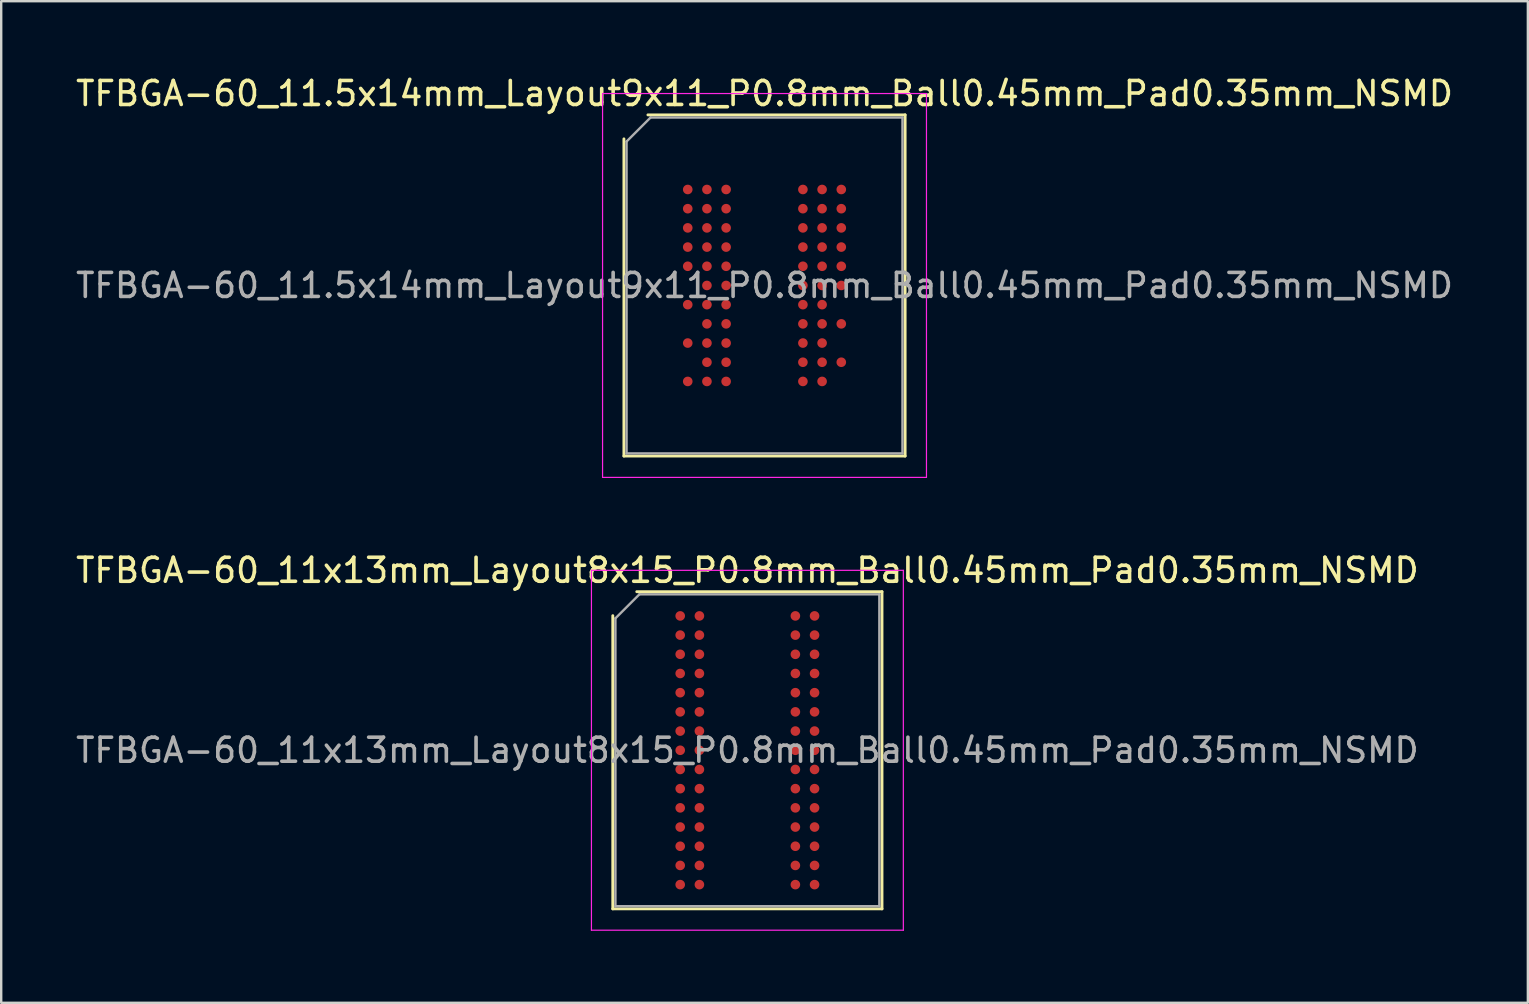
<source format=kicad_pcb>
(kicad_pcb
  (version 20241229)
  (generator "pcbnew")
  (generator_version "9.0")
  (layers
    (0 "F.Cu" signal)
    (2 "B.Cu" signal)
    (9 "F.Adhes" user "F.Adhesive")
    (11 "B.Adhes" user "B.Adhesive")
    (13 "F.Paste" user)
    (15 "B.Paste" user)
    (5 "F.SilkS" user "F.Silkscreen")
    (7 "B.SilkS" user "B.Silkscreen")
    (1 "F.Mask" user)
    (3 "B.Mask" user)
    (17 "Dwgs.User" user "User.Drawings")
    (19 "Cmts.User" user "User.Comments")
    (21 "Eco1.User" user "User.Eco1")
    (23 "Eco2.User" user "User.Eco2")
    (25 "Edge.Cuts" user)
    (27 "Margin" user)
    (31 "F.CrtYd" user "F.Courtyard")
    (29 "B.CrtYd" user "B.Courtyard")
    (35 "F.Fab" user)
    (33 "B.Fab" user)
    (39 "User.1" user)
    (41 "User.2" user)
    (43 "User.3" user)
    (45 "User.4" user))
  (footprint "TFBGA-60_11x13mm_Layout8x15_P0.8mm_Ball0.45mm_Pad0.35mm_NSMD"
    (layer "F.Cu")
    (at 28.101 28.221)
    (property "Reference" "TFBGA-60_11x13mm_Layout8x15_P0.8mm_Ball0.45mm_Pad0.35mm_NSMD" (at 0 -7.5 0) (layer "F.SilkS") (effects (font (size 1 1) (thickness 0.15))))
    (attr smd)
    (fp_line (start -5.61 6.61) (end -5.61 -5.61) (stroke (width 0.12) (type solid)) (layer "F.SilkS"))
    (fp_line (start -4.61 -6.61) (end 5.61 -6.61) (stroke (width 0.12) (type solid)) (layer "F.SilkS"))
    (fp_line (start 5.61 -6.61) (end 5.61 6.61) (stroke (width 0.12) (type solid)) (layer "F.SilkS"))
    (fp_line (start 5.61 6.61) (end -5.61 6.61) (stroke (width 0.12) (type solid)) (layer "F.SilkS"))
    (fp_line (start -6.5 -7.5) (end -6.5 7.5) (stroke (width 0.05) (type solid)) (layer "F.CrtYd"))
    (fp_line (start -6.5 7.5) (end 6.5 7.5) (stroke (width 0.05) (type solid)) (layer "F.CrtYd"))
    (fp_line (start 6.5 -7.5) (end -6.5 -7.5) (stroke (width 0.05) (type solid)) (layer "F.CrtYd"))
    (fp_line (start 6.5 7.5) (end 6.5 -7.5) (stroke (width 0.05) (type solid)) (layer "F.CrtYd"))
    (fp_line (start -5.5 -5.5) (end -4.5 -6.5) (stroke (width 0.1) (type solid)) (layer "F.Fab"))
    (fp_line (start -5.5 6.5) (end -5.5 -5.5) (stroke (width 0.1) (type solid)) (layer "F.Fab"))
    (fp_line (start -4.5 -6.5) (end 5.5 -6.5) (stroke (width 0.1) (type solid)) (layer "F.Fab"))
    (fp_line (start 5.5 -6.5) (end 5.5 6.5) (stroke (width 0.1) (type solid)) (layer "F.Fab"))
    (fp_line (start 5.5 6.5) (end -5.5 6.5) (stroke (width 0.1) (type solid)) (layer "F.Fab"))
    (fp_text user "${REFERENCE}" (at 0 0 0) (layer "F.Fab") (effects (font (size 1 1) (thickness 0.15))))
    (pad "A1" smd circle (at -2.8 -5.6) (size 0.4 0.4) (layers "F.Cu" "F.Mask" "F.Paste"))
    (pad "A2" smd circle (at -2 -5.6) (size 0.4 0.4) (layers "F.Cu" "F.Mask" "F.Paste"))
    (pad "A7" smd circle (at 2 -5.6) (size 0.4 0.4) (layers "F.Cu" "F.Mask" "F.Paste"))
    (pad "A8" smd circle (at 2.8 -5.6) (size 0.4 0.4) (layers "F.Cu" "F.Mask" "F.Paste"))
    (pad "B1" smd circle (at -2.8 -4.8) (size 0.4 0.4) (layers "F.Cu" "F.Mask" "F.Paste"))
    (pad "B2" smd circle (at -2 -4.8) (size 0.4 0.4) (layers "F.Cu" "F.Mask" "F.Paste"))
    (pad "B7" smd circle (at 2 -4.8) (size 0.4 0.4) (layers "F.Cu" "F.Mask" "F.Paste"))
    (pad "B8" smd circle (at 2.8 -4.8) (size 0.4 0.4) (layers "F.Cu" "F.Mask" "F.Paste"))
    (pad "C1" smd circle (at -2.8 -4) (size 0.4 0.4) (layers "F.Cu" "F.Mask" "F.Paste"))
    (pad "C2" smd circle (at -2 -4) (size 0.4 0.4) (layers "F.Cu" "F.Mask" "F.Paste"))
    (pad "C7" smd circle (at 2 -4) (size 0.4 0.4) (layers "F.Cu" "F.Mask" "F.Paste"))
    (pad "C8" smd circle (at 2.8 -4) (size 0.4 0.4) (layers "F.Cu" "F.Mask" "F.Paste"))
    (pad "D1" smd circle (at -2.8 -3.2) (size 0.4 0.4) (layers "F.Cu" "F.Mask" "F.Paste"))
    (pad "D2" smd circle (at -2 -3.2) (size 0.4 0.4) (layers "F.Cu" "F.Mask" "F.Paste"))
    (pad "D7" smd circle (at 2 -3.2) (size 0.4 0.4) (layers "F.Cu" "F.Mask" "F.Paste"))
    (pad "D8" smd circle (at 2.8 -3.2) (size 0.4 0.4) (layers "F.Cu" "F.Mask" "F.Paste"))
    (pad "E1" smd circle (at -2.8 -2.4) (size 0.4 0.4) (layers "F.Cu" "F.Mask" "F.Paste"))
    (pad "E2" smd circle (at -2 -2.4) (size 0.4 0.4) (layers "F.Cu" "F.Mask" "F.Paste"))
    (pad "E7" smd circle (at 2 -2.4) (size 0.4 0.4) (layers "F.Cu" "F.Mask" "F.Paste"))
    (pad "E8" smd circle (at 2.8 -2.4) (size 0.4 0.4) (layers "F.Cu" "F.Mask" "F.Paste"))
    (pad "F1" smd circle (at -2.8 -1.6) (size 0.4 0.4) (layers "F.Cu" "F.Mask" "F.Paste"))
    (pad "F2" smd circle (at -2 -1.6) (size 0.4 0.4) (layers "F.Cu" "F.Mask" "F.Paste"))
    (pad "F7" smd circle (at 2 -1.6) (size 0.4 0.4) (layers "F.Cu" "F.Mask" "F.Paste"))
    (pad "F8" smd circle (at 2.8 -1.6) (size 0.4 0.4) (layers "F.Cu" "F.Mask" "F.Paste"))
    (pad "G1" smd circle (at -2.8 -0.8) (size 0.4 0.4) (layers "F.Cu" "F.Mask" "F.Paste"))
    (pad "G2" smd circle (at -2 -0.8) (size 0.4 0.4) (layers "F.Cu" "F.Mask" "F.Paste"))
    (pad "G7" smd circle (at 2 -0.8) (size 0.4 0.4) (layers "F.Cu" "F.Mask" "F.Paste"))
    (pad "G8" smd circle (at 2.8 -0.8) (size 0.4 0.4) (layers "F.Cu" "F.Mask" "F.Paste"))
    (pad "H1" smd circle (at -2.8 0) (size 0.4 0.4) (layers "F.Cu" "F.Mask" "F.Paste"))
    (pad "H2" smd circle (at -2 0) (size 0.4 0.4) (layers "F.Cu" "F.Mask" "F.Paste"))
    (pad "H7" smd circle (at 2 0) (size 0.4 0.4) (layers "F.Cu" "F.Mask" "F.Paste"))
    (pad "H8" smd circle (at 2.8 0) (size 0.4 0.4) (layers "F.Cu" "F.Mask" "F.Paste"))
    (pad "J1" smd circle (at -2.8 0.8) (size 0.4 0.4) (layers "F.Cu" "F.Mask" "F.Paste"))
    (pad "J2" smd circle (at -2 0.8) (size 0.4 0.4) (layers "F.Cu" "F.Mask" "F.Paste"))
    (pad "J7" smd circle (at 2 0.8) (size 0.4 0.4) (layers "F.Cu" "F.Mask" "F.Paste"))
    (pad "J8" smd circle (at 2.8 0.8) (size 0.4 0.4) (layers "F.Cu" "F.Mask" "F.Paste"))
    (pad "K1" smd circle (at -2.8 1.6) (size 0.4 0.4) (layers "F.Cu" "F.Mask" "F.Paste"))
    (pad "K2" smd circle (at -2 1.6) (size 0.4 0.4) (layers "F.Cu" "F.Mask" "F.Paste"))
    (pad "K7" smd circle (at 2 1.6) (size 0.4 0.4) (layers "F.Cu" "F.Mask" "F.Paste"))
    (pad "K8" smd circle (at 2.8 1.6) (size 0.4 0.4) (layers "F.Cu" "F.Mask" "F.Paste"))
    (pad "L1" smd circle (at -2.8 2.4) (size 0.4 0.4) (layers "F.Cu" "F.Mask" "F.Paste"))
    (pad "L2" smd circle (at -2 2.4) (size 0.4 0.4) (layers "F.Cu" "F.Mask" "F.Paste"))
    (pad "L7" smd circle (at 2 2.4) (size 0.4 0.4) (layers "F.Cu" "F.Mask" "F.Paste"))
    (pad "L8" smd circle (at 2.8 2.4) (size 0.4 0.4) (layers "F.Cu" "F.Mask" "F.Paste"))
    (pad "M1" smd circle (at -2.8 3.2) (size 0.4 0.4) (layers "F.Cu" "F.Mask" "F.Paste"))
    (pad "M2" smd circle (at -2 3.2) (size 0.4 0.4) (layers "F.Cu" "F.Mask" "F.Paste"))
    (pad "M7" smd circle (at 2 3.2) (size 0.4 0.4) (layers "F.Cu" "F.Mask" "F.Paste"))
    (pad "M8" smd circle (at 2.8 3.2) (size 0.4 0.4) (layers "F.Cu" "F.Mask" "F.Paste"))
    (pad "N1" smd circle (at -2.8 4) (size 0.4 0.4) (layers "F.Cu" "F.Mask" "F.Paste"))
    (pad "N2" smd circle (at -2 4) (size 0.4 0.4) (layers "F.Cu" "F.Mask" "F.Paste"))
    (pad "N7" smd circle (at 2 4) (size 0.4 0.4) (layers "F.Cu" "F.Mask" "F.Paste"))
    (pad "N8" smd circle (at 2.8 4) (size 0.4 0.4) (layers "F.Cu" "F.Mask" "F.Paste"))
    (pad "P1" smd circle (at -2.8 4.8) (size 0.4 0.4) (layers "F.Cu" "F.Mask" "F.Paste"))
    (pad "P2" smd circle (at -2 4.8) (size 0.4 0.4) (layers "F.Cu" "F.Mask" "F.Paste"))
    (pad "P7" smd circle (at 2 4.8) (size 0.4 0.4) (layers "F.Cu" "F.Mask" "F.Paste"))
    (pad "P8" smd circle (at 2.8 4.8) (size 0.4 0.4) (layers "F.Cu" "F.Mask" "F.Paste"))
    (pad "R1" smd circle (at -2.8 5.6) (size 0.4 0.4) (layers "F.Cu" "F.Mask" "F.Paste"))
    (pad "R2" smd circle (at -2 5.6) (size 0.4 0.4) (layers "F.Cu" "F.Mask" "F.Paste"))
    (pad "R7" smd circle (at 2 5.6) (size 0.4 0.4) (layers "F.Cu" "F.Mask" "F.Paste"))
    (pad "R8" smd circle (at 2.8 5.6) (size 0.4 0.4) (layers "F.Cu" "F.Mask" "F.Paste")))
  (footprint "TFBGA-60_11.5x14mm_Layout9x11_P0.8mm_Ball0.45mm_Pad0.35mm_NSMD"
    (layer "F.Cu")
    (at 28.815 8.848)
    (property "Reference" "TFBGA-60_11.5x14mm_Layout9x11_P0.8mm_Ball0.45mm_Pad0.35mm_NSMD" (at 0 -8 0) (layer "F.SilkS") (effects (font (size 1 1) (thickness 0.15))))
    (attr smd)
    (fp_line (start -5.86 7.11) (end -5.86 -6.11) (stroke (width 0.12) (type solid)) (layer "F.SilkS"))
    (fp_line (start -4.86 -7.11) (end 5.86 -7.11) (stroke (width 0.12) (type solid)) (layer "F.SilkS"))
    (fp_line (start 5.86 -7.11) (end 5.86 7.11) (stroke (width 0.12) (type solid)) (layer "F.SilkS"))
    (fp_line (start 5.86 7.11) (end -5.86 7.11) (stroke (width 0.12) (type solid)) (layer "F.SilkS"))
    (fp_line (start -6.75 -8) (end -6.75 8) (stroke (width 0.05) (type solid)) (layer "F.CrtYd"))
    (fp_line (start -6.75 8) (end 6.75 8) (stroke (width 0.05) (type solid)) (layer "F.CrtYd"))
    (fp_line (start 6.75 -8) (end -6.75 -8) (stroke (width 0.05) (type solid)) (layer "F.CrtYd"))
    (fp_line (start 6.75 8) (end 6.75 -8) (stroke (width 0.05) (type solid)) (layer "F.CrtYd"))
    (fp_line (start -5.75 -6) (end -4.75 -7) (stroke (width 0.1) (type solid)) (layer "F.Fab"))
    (fp_line (start -5.75 7) (end -5.75 -6) (stroke (width 0.1) (type solid)) (layer "F.Fab"))
    (fp_line (start -4.75 -7) (end 5.75 -7) (stroke (width 0.1) (type solid)) (layer "F.Fab"))
    (fp_line (start 5.75 -7) (end 5.75 7) (stroke (width 0.1) (type solid)) (layer "F.Fab"))
    (fp_line (start 5.75 7) (end -5.75 7) (stroke (width 0.1) (type solid)) (layer "F.Fab"))
    (fp_text user "${REFERENCE}" (at 0 0 0) (layer "F.Fab") (effects (font (size 1 1) (thickness 0.15))))
    (pad "A1" smd circle (at -3.2 -4) (size 0.4 0.4) (layers "F.Cu" "F.Mask" "F.Paste"))
    (pad "A2" smd circle (at -2.4 -4) (size 0.4 0.4) (layers "F.Cu" "F.Mask" "F.Paste"))
    (pad "A3" smd circle (at -1.6 -4) (size 0.4 0.4) (layers "F.Cu" "F.Mask" "F.Paste"))
    (pad "A7" smd circle (at 1.6 -4) (size 0.4 0.4) (layers "F.Cu" "F.Mask" "F.Paste"))
    (pad "A8" smd circle (at 2.4 -4) (size 0.4 0.4) (layers "F.Cu" "F.Mask" "F.Paste"))
    (pad "A9" smd circle (at 3.2 -4) (size 0.4 0.4) (layers "F.Cu" "F.Mask" "F.Paste"))
    (pad "B1" smd circle (at -3.2 -3.2) (size 0.4 0.4) (layers "F.Cu" "F.Mask" "F.Paste"))
    (pad "B2" smd circle (at -2.4 -3.2) (size 0.4 0.4) (layers "F.Cu" "F.Mask" "F.Paste"))
    (pad "B3" smd circle (at -1.6 -3.2) (size 0.4 0.4) (layers "F.Cu" "F.Mask" "F.Paste"))
    (pad "B7" smd circle (at 1.6 -3.2) (size 0.4 0.4) (layers "F.Cu" "F.Mask" "F.Paste"))
    (pad "B8" smd circle (at 2.4 -3.2) (size 0.4 0.4) (layers "F.Cu" "F.Mask" "F.Paste"))
    (pad "B9" smd circle (at 3.2 -3.2) (size 0.4 0.4) (layers "F.Cu" "F.Mask" "F.Paste"))
    (pad "C1" smd circle (at -3.2 -2.4) (size 0.4 0.4) (layers "F.Cu" "F.Mask" "F.Paste"))
    (pad "C2" smd circle (at -2.4 -2.4) (size 0.4 0.4) (layers "F.Cu" "F.Mask" "F.Paste"))
    (pad "C3" smd circle (at -1.6 -2.4) (size 0.4 0.4) (layers "F.Cu" "F.Mask" "F.Paste"))
    (pad "C7" smd circle (at 1.6 -2.4) (size 0.4 0.4) (layers "F.Cu" "F.Mask" "F.Paste"))
    (pad "C8" smd circle (at 2.4 -2.4) (size 0.4 0.4) (layers "F.Cu" "F.Mask" "F.Paste"))
    (pad "C9" smd circle (at 3.2 -2.4) (size 0.4 0.4) (layers "F.Cu" "F.Mask" "F.Paste"))
    (pad "D1" smd circle (at -3.2 -1.6) (size 0.4 0.4) (layers "F.Cu" "F.Mask" "F.Paste"))
    (pad "D2" smd circle (at -2.4 -1.6) (size 0.4 0.4) (layers "F.Cu" "F.Mask" "F.Paste"))
    (pad "D3" smd circle (at -1.6 -1.6) (size 0.4 0.4) (layers "F.Cu" "F.Mask" "F.Paste"))
    (pad "D7" smd circle (at 1.6 -1.6) (size 0.4 0.4) (layers "F.Cu" "F.Mask" "F.Paste"))
    (pad "D8" smd circle (at 2.4 -1.6) (size 0.4 0.4) (layers "F.Cu" "F.Mask" "F.Paste"))
    (pad "D9" smd circle (at 3.2 -1.6) (size 0.4 0.4) (layers "F.Cu" "F.Mask" "F.Paste"))
    (pad "E1" smd circle (at -3.2 -0.8) (size 0.4 0.4) (layers "F.Cu" "F.Mask" "F.Paste"))
    (pad "E2" smd circle (at -2.4 -0.8) (size 0.4 0.4) (layers "F.Cu" "F.Mask" "F.Paste"))
    (pad "E3" smd circle (at -1.6 -0.8) (size 0.4 0.4) (layers "F.Cu" "F.Mask" "F.Paste"))
    (pad "E7" smd circle (at 1.6 -0.8) (size 0.4 0.4) (layers "F.Cu" "F.Mask" "F.Paste"))
    (pad "E8" smd circle (at 2.4 -0.8) (size 0.4 0.4) (layers "F.Cu" "F.Mask" "F.Paste"))
    (pad "E9" smd circle (at 3.2 -0.8) (size 0.4 0.4) (layers "F.Cu" "F.Mask" "F.Paste"))
    (pad "F2" smd circle (at -2.4 0) (size 0.4 0.4) (layers "F.Cu" "F.Mask" "F.Paste"))
    (pad "F3" smd circle (at -1.6 0) (size 0.4 0.4) (layers "F.Cu" "F.Mask" "F.Paste"))
    (pad "F7" smd circle (at 1.6 0) (size 0.4 0.4) (layers "F.Cu" "F.Mask" "F.Paste"))
    (pad "F8" smd circle (at 2.4 0) (size 0.4 0.4) (layers "F.Cu" "F.Mask" "F.Paste"))
    (pad "F9" smd circle (at 3.2 0) (size 0.4 0.4) (layers "F.Cu" "F.Mask" "F.Paste"))
    (pad "G1" smd circle (at -3.2 0.8) (size 0.4 0.4) (layers "F.Cu" "F.Mask" "F.Paste"))
    (pad "G2" smd circle (at -2.4 0.8) (size 0.4 0.4) (layers "F.Cu" "F.Mask" "F.Paste"))
    (pad "G3" smd circle (at -1.6 0.8) (size 0.4 0.4) (layers "F.Cu" "F.Mask" "F.Paste"))
    (pad "G7" smd circle (at 1.6 0.8) (size 0.4 0.4) (layers "F.Cu" "F.Mask" "F.Paste"))
    (pad "G8" smd circle (at 2.4 0.8) (size 0.4 0.4) (layers "F.Cu" "F.Mask" "F.Paste"))
    (pad "H2" smd circle (at -2.4 1.6) (size 0.4 0.4) (layers "F.Cu" "F.Mask" "F.Paste"))
    (pad "H3" smd circle (at -1.6 1.6) (size 0.4 0.4) (layers "F.Cu" "F.Mask" "F.Paste"))
    (pad "H7" smd circle (at 1.6 1.6) (size 0.4 0.4) (layers "F.Cu" "F.Mask" "F.Paste"))
    (pad "H8" smd circle (at 2.4 1.6) (size 0.4 0.4) (layers "F.Cu" "F.Mask" "F.Paste"))
    (pad "H9" smd circle (at 3.2 1.6) (size 0.4 0.4) (layers "F.Cu" "F.Mask" "F.Paste"))
    (pad "J1" smd circle (at -3.2 2.4) (size 0.4 0.4) (layers "F.Cu" "F.Mask" "F.Paste"))
    (pad "J2" smd circle (at -2.4 2.4) (size 0.4 0.4) (layers "F.Cu" "F.Mask" "F.Paste"))
    (pad "J3" smd circle (at -1.6 2.4) (size 0.4 0.4) (layers "F.Cu" "F.Mask" "F.Paste"))
    (pad "J7" smd circle (at 1.6 2.4) (size 0.4 0.4) (layers "F.Cu" "F.Mask" "F.Paste"))
    (pad "J8" smd circle (at 2.4 2.4) (size 0.4 0.4) (layers "F.Cu" "F.Mask" "F.Paste"))
    (pad "K2" smd circle (at -2.4 3.2) (size 0.4 0.4) (layers "F.Cu" "F.Mask" "F.Paste"))
    (pad "K3" smd circle (at -1.6 3.2) (size 0.4 0.4) (layers "F.Cu" "F.Mask" "F.Paste"))
    (pad "K7" smd circle (at 1.6 3.2) (size 0.4 0.4) (layers "F.Cu" "F.Mask" "F.Paste"))
    (pad "K8" smd circle (at 2.4 3.2) (size 0.4 0.4) (layers "F.Cu" "F.Mask" "F.Paste"))
    (pad "K9" smd circle (at 3.2 3.2) (size 0.4 0.4) (layers "F.Cu" "F.Mask" "F.Paste"))
    (pad "L1" smd circle (at -3.2 4) (size 0.4 0.4) (layers "F.Cu" "F.Mask" "F.Paste"))
    (pad "L2" smd circle (at -2.4 4) (size 0.4 0.4) (layers "F.Cu" "F.Mask" "F.Paste"))
    (pad "L3" smd circle (at -1.6 4) (size 0.4 0.4) (layers "F.Cu" "F.Mask" "F.Paste"))
    (pad "L7" smd circle (at 1.6 4) (size 0.4 0.4) (layers "F.Cu" "F.Mask" "F.Paste"))
    (pad "L8" smd circle (at 2.4 4) (size 0.4 0.4) (layers "F.Cu" "F.Mask" "F.Paste")))
  (gr_rect
    (start -3 -3)
    (end 60.631 38.746)
    (stroke (width 0.1) (type default))
    (fill no)
    (layer "Edge.Cuts")))
</source>
